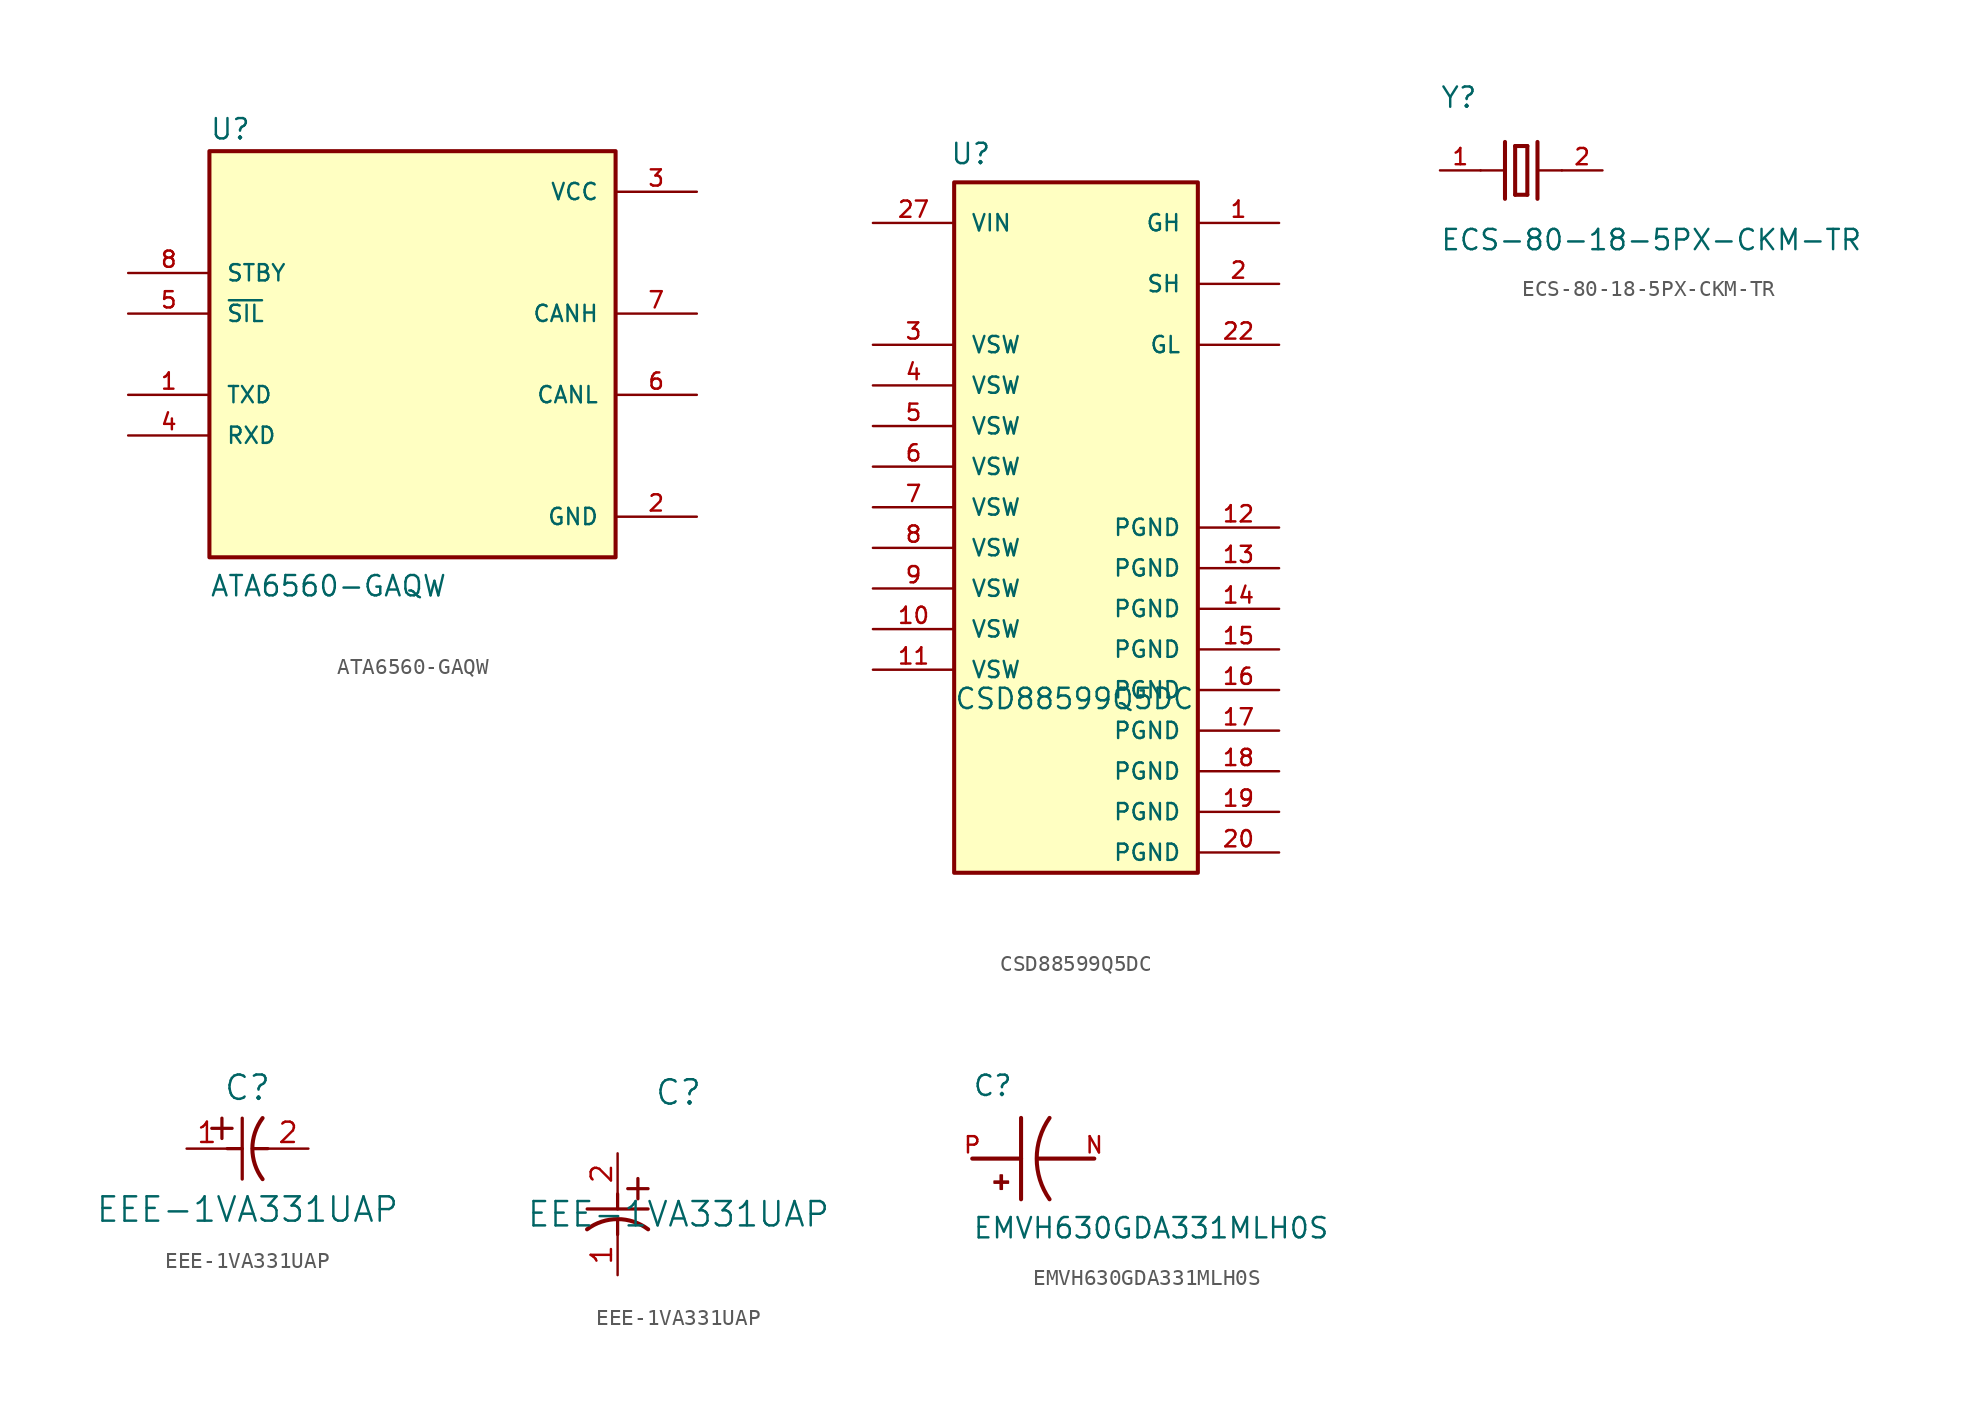
<source format=kicad_sym>
(kicad_symbol_lib
  (version 20220914)
  (generator kicad_symbol_editor)
  (symbol "ATA6560-GAQW"
    (pin_names
      (offset 1.016))
    (property "Reference" "U"
      (at -12.7 13.335 0)
      (effects (font (size 1.27 1.27)) (justify left bottom)))
    (property "Value" "ATA6560-GAQW"
      (at -12.7 -15.24 0)
      (effects (font (size 1.27 1.27)) (justify left bottom)))
    (symbol "ATA6560-GAQW_0_0"
      (rectangle (start -12.7 -12.7) (end 12.7 12.7) (stroke (width 0.254) (type default)) (fill (type background)))
      (pin input line (at -17.78 -2.54 0) (length 5.08) (name "TXD" (effects (font (size 1.016 1.016)))) (number "1" (effects (font (size 1.016 1.016)))))
      (pin power_in line (at 17.78 -10.16 180) (length 5.08) (name "GND" (effects (font (size 1.016 1.016)))) (number "2" (effects (font (size 1.016 1.016)))))
      (pin power_in line (at 17.78 10.16 180) (length 5.08) (name "VCC" (effects (font (size 1.016 1.016)))) (number "3" (effects (font (size 1.016 1.016)))))
      (pin output line (at -17.78 -5.08 0) (length 5.08) (name "RXD" (effects (font (size 1.016 1.016)))) (number "4" (effects (font (size 1.016 1.016)))))
      (pin input line (at -17.78 2.54 0) (length 5.08) (name "~{SIL}" (effects (font (size 1.016 1.016)))) (number "5" (effects (font (size 1.016 1.016)))))
      (pin bidirectional line (at 17.78 -2.54 180) (length 5.08) (name "CANL" (effects (font (size 1.016 1.016)))) (number "6" (effects (font (size 1.016 1.016)))))
      (pin bidirectional line (at 17.78 2.54 180) (length 5.08) (name "CANH" (effects (font (size 1.016 1.016)))) (number "7" (effects (font (size 1.016 1.016)))))
      (pin input line (at -17.78 5.08 0) (length 5.08) (name "STBY" (effects (font (size 1.016 1.016)))) (number "8" (effects (font (size 1.016 1.016)))))))
  (symbol "CSD88599Q5DC"
    (pin_names
      (offset 1.016))
    (property "Reference" "U"
      (at -7.891 11.2 0)
      (effects (font (size 1.27 1.27)) (justify left bottom)))
    (property "Value" "CSD88599Q5DC"
      (at -7.636 -22.881 0)
      (effects (font (size 1.27 1.27)) (justify left bottom)))
    (symbol "CSD88599Q5DC_0_0"
      (rectangle (start -7.62 10.16) (end 7.62 -33.02) (stroke (width 0.254) (type default)) (fill (type background)))
      (pin input line (at 12.7 7.62 180) (length 5.08) (name "GH" (effects (font (size 1.016 1.016)))) (number "1" (effects (font (size 1.016 1.016)))))
      (pin output line (at -12.7 -17.78 0) (length 5.08) (name "VSW" (effects (font (size 1.016 1.016)))) (number "10" (effects (font (size 1.016 1.016)))))
      (pin output line (at -12.7 -20.32 0) (length 5.08) (name "VSW" (effects (font (size 1.016 1.016)))) (number "11" (effects (font (size 1.016 1.016)))))
      (pin power_in line (at 12.7 -11.43 180) (length 5.08) (name "PGND" (effects (font (size 1.016 1.016)))) (number "12" (effects (font (size 1.016 1.016)))))
      (pin power_in line (at 12.7 -13.97 180) (length 5.08) (name "PGND" (effects (font (size 1.016 1.016)))) (number "13" (effects (font (size 1.016 1.016)))))
      (pin power_in line (at 12.7 -16.51 180) (length 5.08) (name "PGND" (effects (font (size 1.016 1.016)))) (number "14" (effects (font (size 1.016 1.016)))))
      (pin power_in line (at 12.7 -19.05 180) (length 5.08) (name "PGND" (effects (font (size 1.016 1.016)))) (number "15" (effects (font (size 1.016 1.016)))))
      (pin power_in line (at 12.7 -21.59 180) (length 5.08) (name "PGND" (effects (font (size 1.016 1.016)))) (number "16" (effects (font (size 1.016 1.016)))))
      (pin power_in line (at 12.7 -24.13 180) (length 5.08) (name "PGND" (effects (font (size 1.016 1.016)))) (number "17" (effects (font (size 1.016 1.016)))))
      (pin power_in line (at 12.7 -26.67 180) (length 5.08) (name "PGND" (effects (font (size 1.016 1.016)))) (number "18" (effects (font (size 1.016 1.016)))))
      (pin power_in line (at 12.7 -29.21 180) (length 5.08) (name "PGND" (effects (font (size 1.016 1.016)))) (number "19" (effects (font (size 1.016 1.016)))))
      (pin input line (at 12.7 3.81 180) (length 5.08) (name "SH" (effects (font (size 1.016 1.016)))) (number "2" (effects (font (size 1.016 1.016)))))
      (pin power_in line (at 12.7 -31.75 180) (length 5.08) (name "PGND" (effects (font (size 1.016 1.016)))) (number "20" (effects (font (size 1.016 1.016)))))
      (pin input line (at 12.7 0 180) (length 5.08) (name "GL" (effects (font (size 1.016 1.016)))) (number "22" (effects (font (size 1.016 1.016)))))
      (pin input line (at -12.7 7.62 0) (length 5.08) (name "VIN" (effects (font (size 1.016 1.016)))) (number "27" (effects (font (size 1.016 1.016)))))
      (pin output line (at -12.7 0 0) (length 5.08) (name "VSW" (effects (font (size 1.016 1.016)))) (number "3" (effects (font (size 1.016 1.016)))))
      (pin output line (at -12.7 -2.54 0) (length 5.08) (name "VSW" (effects (font (size 1.016 1.016)))) (number "4" (effects (font (size 1.016 1.016)))))
      (pin output line (at -12.7 -5.08 0) (length 5.08) (name "VSW" (effects (font (size 1.016 1.016)))) (number "5" (effects (font (size 1.016 1.016)))))
      (pin output line (at -12.7 -7.62 0) (length 5.08) (name "VSW" (effects (font (size 1.016 1.016)))) (number "6" (effects (font (size 1.016 1.016)))))
      (pin output line (at -12.7 -10.16 0) (length 5.08) (name "VSW" (effects (font (size 1.016 1.016)))) (number "7" (effects (font (size 1.016 1.016)))))
      (pin output line (at -12.7 -12.7 0) (length 5.08) (name "VSW" (effects (font (size 1.016 1.016)))) (number "8" (effects (font (size 1.016 1.016)))))
      (pin output line (at -12.7 -15.24 0) (length 5.08) (name "VSW" (effects (font (size 1.016 1.016)))) (number "9" (effects (font (size 1.016 1.016))))))
    (symbol "CSD88599Q5DC_1_0"
      (pin no_connect line (at -12.7 -31.75 0) (length 5.08) hide (name "NC" (effects (font (size 1.016 1.016)))) (number "21" (effects (font (size 1.016 1.016)))))
      (pin no_connect line (at -12.7 -31.75 0) (length 5.08) hide (name "NC" (effects (font (size 1.016 1.016)))) (number "23" (effects (font (size 1.016 1.016)))))
      (pin no_connect line (at -12.7 -31.75 0) (length 5.08) hide (name "NC" (effects (font (size 1.016 1.016)))) (number "24" (effects (font (size 1.016 1.016)))))
      (pin no_connect line (at -12.7 -31.75 0) (length 5.08) hide (name "NC" (effects (font (size 1.016 1.016)))) (number "25" (effects (font (size 1.016 1.016)))))
      (pin no_connect line (at -12.7 -31.75 0) (length 5.08) hide (name "NC" (effects (font (size 1.016 1.016)))) (number "26" (effects (font (size 1.016 1.016)))))))
  (symbol "ECS-80-18-5PX-CKM-TR"
    (pin_names
      (offset 1.016))
    (property "Reference" "Y"
      (at -5.087 3.815 0)
      (effects (font (size 1.27 1.27)) (justify left bottom)))
    (property "Value" "ECS-80-18-5PX-CKM-TR"
      (at -5.09 -5.09 0)
      (effects (font (size 1.27 1.27)) (justify left bottom)))
    (symbol "ECS-80-18-5PX-CKM-TR_0_0"
      (polyline (pts (xy -2.54 0) (xy -1.016 0)) (stroke (width 0.152) (type default)) (fill (type none)))
      (polyline (pts (xy -1.016 1.778) (xy -1.016 -1.778)) (stroke (width 0.254) (type default)) (fill (type none)))
      (polyline (pts (xy -0.381 -1.524) (xy 0.381 -1.524)) (stroke (width 0.254) (type default)) (fill (type none)))
      (polyline (pts (xy -0.381 1.524) (xy -0.381 -1.524)) (stroke (width 0.254) (type default)) (fill (type none)))
      (polyline (pts (xy 0.381 -1.524) (xy 0.381 1.524)) (stroke (width 0.254) (type default)) (fill (type none)))
      (polyline (pts (xy 0.381 1.524) (xy -0.381 1.524)) (stroke (width 0.254) (type default)) (fill (type none)))
      (polyline (pts (xy 1.016 0) (xy 2.54 0)) (stroke (width 0.152) (type default)) (fill (type none)))
      (polyline (pts (xy 1.016 1.778) (xy 1.016 -1.778)) (stroke (width 0.254) (type default)) (fill (type none)))
      (pin passive line (at -5.08 0 0) (length 2.54) (name "~" (effects (font (size 1.016 1.016)))) (number "1" (effects (font (size 1.016 1.016)))))
      (pin passive line (at 5.08 0 180) (length 2.54) (name "~" (effects (font (size 1.016 1.016)))) (number "2" (effects (font (size 1.016 1.016)))))))
  (symbol "EEE-1VA331UAP"
    (pin_names
      (offset 0.254))
    (property "Reference" "C"
      (at 3.81 3.81 0)
      (effects (font (size 1.524 1.524))))
    (property "Value" "EEE-1VA331UAP"
      (at 3.81 -3.81 0)
      (effects (font (size 1.524 1.524))))
    (symbol "EEE-1VA331UAP_1_1"
      (polyline (pts (xy 1.575 1.27) (xy 2.845 1.27)) (stroke (width 0.203) (type default)) (fill (type none)))
      (polyline (pts (xy 2.21 0.635) (xy 2.21 1.905)) (stroke (width 0.203) (type default)) (fill (type none)))
      (polyline (pts (xy 2.54 0) (xy 3.48 0)) (stroke (width 0.203) (type default)) (fill (type none)))
      (polyline (pts (xy 3.48 -1.905) (xy 3.48 1.905)) (stroke (width 0.203) (type default)) (fill (type none)))
      (polyline (pts (xy 4.115 0) (xy 5.08 0)) (stroke (width 0.203) (type default)) (fill (type none)))
      (arc (start 4.7541 1.9108) (mid 4.1148 0) (end 4.7541 -1.9108) (stroke (width 0.254) (type default)) (fill (type none)))
      (pin unspecified line (at 0 0 0) (length 2.54) (name "" (effects (font (size 1.27 1.27)))) (number "1" (effects (font (size 1.27 1.27)))))
      (pin unspecified line (at 7.62 0 180) (length 2.54) (name "" (effects (font (size 1.27 1.27)))) (number "2" (effects (font (size 1.27 1.27))))))
    (symbol "EEE-1VA331UAP_1_2"
      (polyline (pts (xy -1.905 -3.48) (xy 1.905 -3.48)) (stroke (width 0.203) (type default)) (fill (type none)))
      (polyline (pts (xy 0 -4.115) (xy 0 -5.08)) (stroke (width 0.203) (type default)) (fill (type none)))
      (polyline (pts (xy 0 -2.54) (xy 0 -3.48)) (stroke (width 0.203) (type default)) (fill (type none)))
      (polyline (pts (xy 0.635 -2.21) (xy 1.905 -2.21)) (stroke (width 0.203) (type default)) (fill (type none)))
      (polyline (pts (xy 1.27 -1.575) (xy 1.27 -2.845)) (stroke (width 0.203) (type default)) (fill (type none)))
      (arc (start 1.9108 -4.7541) (mid 0 -4.1148) (end -1.9108 -4.7541) (stroke (width 0.254) (type default)) (fill (type none)))
      (pin unspecified line (at 0 -7.62 90) (length 2.54) (name "" (effects (font (size 1.27 1.27)))) (number "1" (effects (font (size 1.27 1.27)))))
      (pin unspecified line (at 0 0 270) (length 2.54) (name "" (effects (font (size 1.27 1.27)))) (number "2" (effects (font (size 1.27 1.27)))))))
  (symbol "EMVH630GDA331MLH0S"
    (pin_names
      (offset 1.016))
    (property "Reference" "C"
      (at -5.08 3.81 0)
      (effects (font (size 1.27 1.27)) (justify left bottom)))
    (property "Value" "EMVH630GDA331MLH0S"
      (at -5.08 -5.08 0)
      (effects (font (size 1.27 1.27)) (justify left bottom)))
    (symbol "EMVH630GDA331MLH0S_0_0"
      (rectangle (start -3.713 -1.532) (end -2.824 -1.405) (stroke (width 0.1) (type default)) (fill (type outline)))
      (rectangle (start -3.332 -1.913) (end -3.205 -1.024) (stroke (width 0.1) (type default)) (fill (type outline)))
      (arc (start -0.254 2.54) (mid -1.0549 0) (end -0.254 -2.54) (stroke (width 0.254) (type default)) (fill (type none)))
      (polyline (pts (xy -5.08 0) (xy -2.032 0)) (stroke (width 0.254) (type default)) (fill (type none)))
      (polyline (pts (xy -2.032 2.54) (xy -2.032 -2.54)) (stroke (width 0.254) (type default)) (fill (type none)))
      (polyline (pts (xy -1.016 0) (xy 2.54 0)) (stroke (width 0.254) (type default)) (fill (type none)))
      (pin passive line (at 2.54 0 180) (length 0) (name "~" (effects (font (size 1.016 1.016)))) (number "N" (effects (font (size 1.016 1.016)))))
      (pin passive line (at -5.08 0 0) (length 0) (name "~" (effects (font (size 1.016 1.016)))) (number "P" (effects (font (size 1.016 1.016))))))))
</source>
